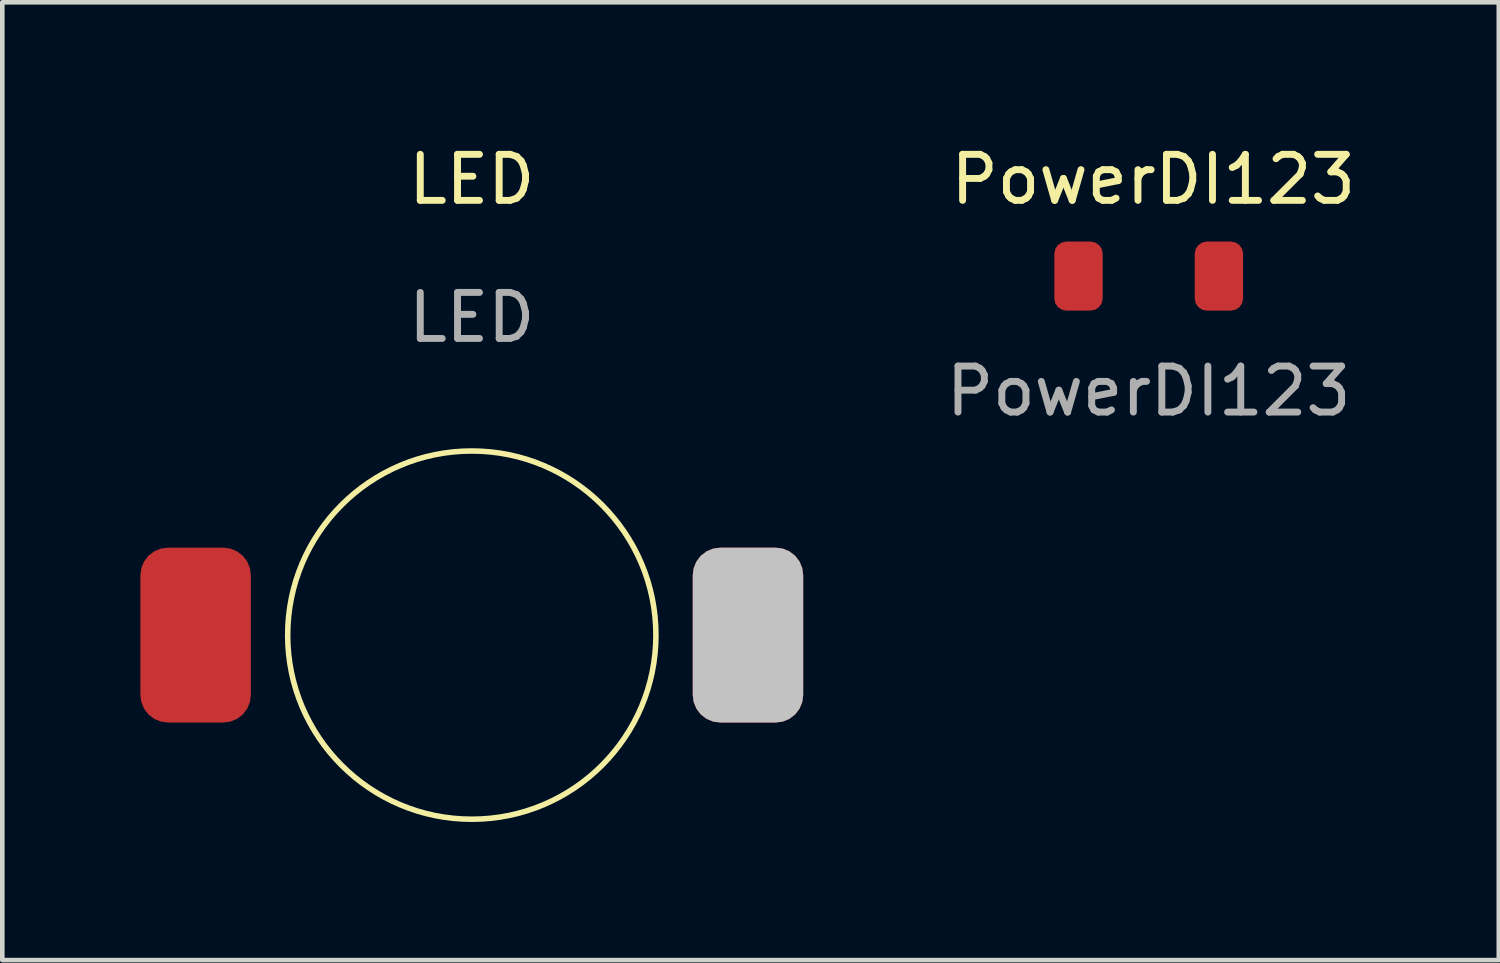
<source format=kicad_pcb>
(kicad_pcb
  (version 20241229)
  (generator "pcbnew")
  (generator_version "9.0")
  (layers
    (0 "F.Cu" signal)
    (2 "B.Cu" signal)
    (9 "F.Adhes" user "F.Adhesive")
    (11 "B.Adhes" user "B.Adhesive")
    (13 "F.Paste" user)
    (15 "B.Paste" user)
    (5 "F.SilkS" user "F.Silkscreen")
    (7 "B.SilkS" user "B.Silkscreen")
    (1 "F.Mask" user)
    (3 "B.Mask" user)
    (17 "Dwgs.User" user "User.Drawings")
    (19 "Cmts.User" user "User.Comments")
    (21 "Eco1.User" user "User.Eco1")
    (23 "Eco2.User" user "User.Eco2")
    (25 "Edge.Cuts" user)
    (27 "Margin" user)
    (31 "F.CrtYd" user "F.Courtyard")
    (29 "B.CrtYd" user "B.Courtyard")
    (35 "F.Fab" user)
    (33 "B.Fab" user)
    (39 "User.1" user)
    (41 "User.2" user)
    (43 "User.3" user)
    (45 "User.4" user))
  (footprint "LED"
    (layer "F.Cu")
    (at 7.2 10.748)
    (property "Reference" "LED" (at 0 -9.9 0) (unlocked yes) (layer "F.SilkS") (effects (font (size 1 1) (thickness 0.15))))
    (attr smd)
    (fp_circle (center 0 0) (end 4 0) (stroke (width 0.12) (type solid)) (fill no) (layer "F.SilkS"))
    (fp_text user "${REFERENCE}" (at 0 -6.9 0) (unlocked yes) (layer "F.Fab") (effects (font (size 1 1) (thickness 0.15))))
    (pad "1" smd roundrect (at 6 0) (size 2.4 3.8) (layers "F.Cu" "F.Mask" "F.Paste" "Dwgs.User") (roundrect_rratio 0.25))
    (pad "2" smd roundrect (at -6 0) (size 2.4 3.8) (layers "F.Cu" "F.Mask" "F.Paste") (roundrect_rratio 0.25)))
  (footprint "PowerDI123"
    (layer "F.Cu")
    (at 21.906 2.948)
    (property "Reference" "PowerDI123" (at 0.1 -2.1 0) (unlocked yes) (layer "F.SilkS") (effects (font (size 1 1) (thickness 0.15))))
    (attr smd)
    (fp_text user "${REFERENCE}" (at 0 2.5 0) (unlocked yes) (layer "F.Fab") (effects (font (size 1 1) (thickness 0.15))))
    (pad "1" smd roundrect (at 1.525 0) (size 1.05 1.5) (layers "F.Cu" "F.Mask" "F.Paste") (roundrect_rratio 0.25))
    (pad "2" smd roundrect (at -1.525 0) (size 1.05 1.5) (layers "F.Cu" "F.Mask" "F.Paste") (roundrect_rratio 0.25)))
  (gr_rect
    (start -3 -3)
    (end 29.512 17.808)
    (stroke (width 0.1) (type default))
    (fill no)
    (layer "Edge.Cuts")))
</source>
